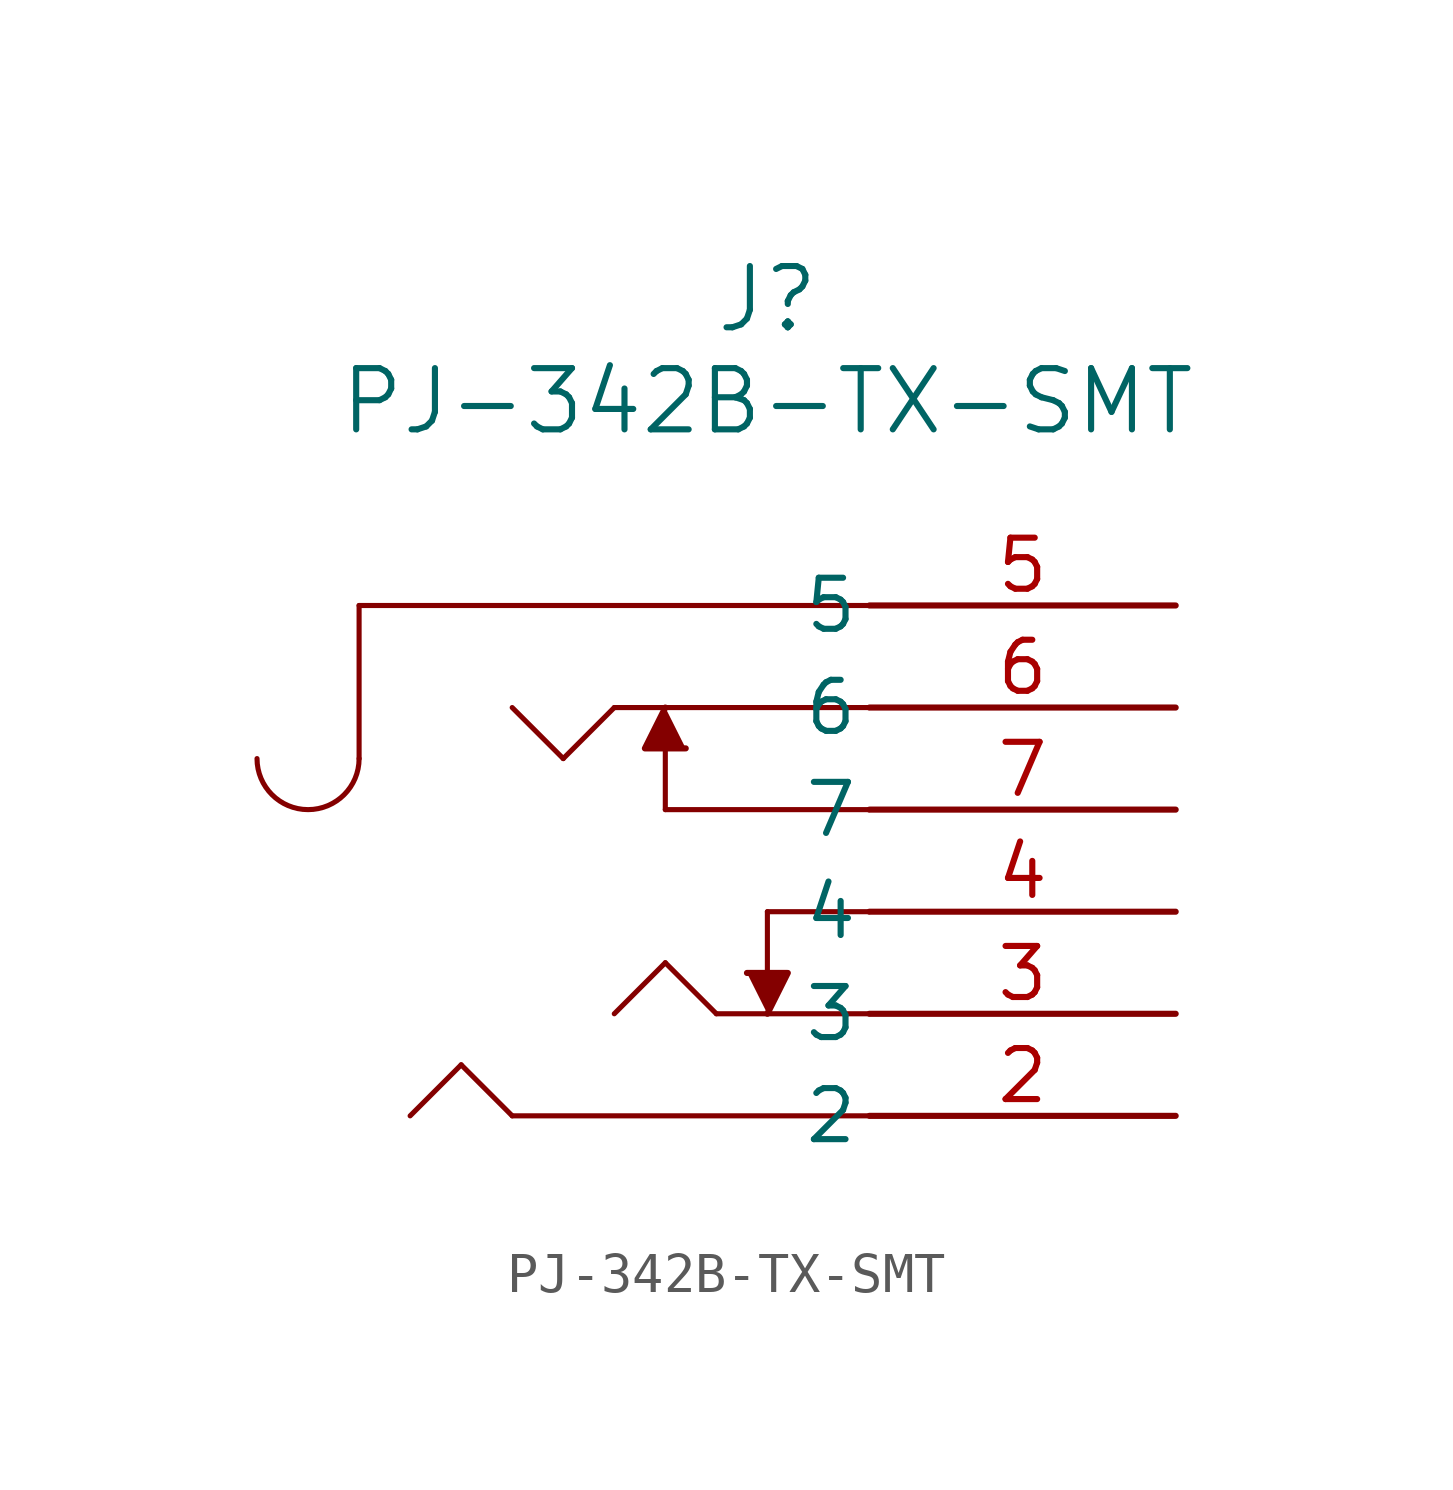
<source format=kicad_sym>
(kicad_symbol_lib
  (version 20211014)
  (generator kicad_symbol_editor)
  (symbol "PJ-342B-TX-SMT"
    (pin_names
      (offset 0.254))
    (property "Reference" "J"
      (at -10.16 7.62 0)
      (effects (font (size 1.524 1.524))))
    (property "Value" "PJ-342B-TX-SMT"
      (at -10.16 5.08 0)
      (effects (font (size 1.524 1.524))))
    (symbol "PJ-342B-TX-SMT_0_1"
      (polyline (pts (xy -7.62 0) (xy -20.32 0)) (stroke (width 0.127) (type default) (color 0 0 0 0)) (fill (type none)))
      (polyline (pts (xy -20.32 0) (xy -20.32 -3.81)) (stroke (width 0.127) (type default) (color 0 0 0 0)) (fill (type none)))
      (arc (start -22.86 -3.81) (mid -21.59 -5.08) (end -20.32 -3.81) (stroke (width 0.127) (type default) (color 0 0 0 0)) (fill (type none)))
      (polyline (pts (xy -7.62 -12.7) (xy -16.51 -12.7)) (stroke (width 0.127) (type default) (color 0 0 0 0)) (fill (type none)))
      (polyline (pts (xy -16.51 -12.7) (xy -17.78 -11.43)) (stroke (width 0.127) (type default) (color 0 0 0 0)) (fill (type none)))
      (polyline (pts (xy -17.78 -11.43) (xy -19.05 -12.7)) (stroke (width 0.127) (type default) (color 0 0 0 0)) (fill (type none)))
      (polyline (pts (xy -7.62 -2.54) (xy -13.97 -2.54)) (stroke (width 0.127) (type default) (color 0 0 0 0)) (fill (type none)))
      (polyline (pts (xy -13.97 -2.54) (xy -15.24 -3.81)) (stroke (width 0.127) (type default) (color 0 0 0 0)) (fill (type none)))
      (polyline (pts (xy -15.24 -3.81) (xy -16.51 -2.54)) (stroke (width 0.127) (type default) (color 0 0 0 0)) (fill (type none)))
      (polyline (pts (xy -7.62 -10.16) (xy -11.43 -10.16)) (stroke (width 0.127) (type default) (color 0 0 0 0)) (fill (type none)))
      (polyline (pts (xy -11.43 -10.16) (xy -12.7 -8.89)) (stroke (width 0.127) (type default) (color 0 0 0 0)) (fill (type none)))
      (polyline (pts (xy -12.7 -8.89) (xy -13.97 -10.16)) (stroke (width 0.127) (type default) (color 0 0 0 0)) (fill (type none)))
      (polyline (pts (xy -12.7 -3.556) (xy -12.7 -5.08)) (stroke (width 0.127) (type default) (color 0 0 0 0)) (fill (type none)))
      (polyline (pts (xy -12.7 -5.08) (xy -7.62 -5.08)) (stroke (width 0.127) (type default) (color 0 0 0 0)) (fill (type none)))
      (polyline (pts (xy -10.16 -7.62) (xy -7.62 -7.62)) (stroke (width 0.127) (type default) (color 0 0 0 0)) (fill (type none)))
      (polyline (pts (xy -12.7 -2.54) (xy -13.208 -3.556) (xy -12.192 -3.556)) (stroke (width 0) (type default) (color 0 0 0 0)) (fill (type outline)))
      (polyline (pts (xy -10.16 -9.144) (xy -10.16 -7.62)) (stroke (width 0.127) (type default) (color 0 0 0 0)) (fill (type none)))
      (polyline (pts (xy -10.16 -10.16) (xy -9.652 -9.144) (xy -10.668 -9.144)) (stroke (width 0) (type default) (color 0 0 0 0)) (fill (type outline)))
      (pin unspecified line (at 0 -12.7 180) (length 7.62) (name "2" (effects (font (size 1.27 1.27)))) (number "2" (effects (font (size 1.27 1.27)))))
      (pin unspecified line (at 0 -10.16 180) (length 7.62) (name "3" (effects (font (size 1.27 1.27)))) (number "3" (effects (font (size 1.27 1.27)))))
      (pin unspecified line (at 0 -7.62 180) (length 7.62) (name "4" (effects (font (size 1.27 1.27)))) (number "4" (effects (font (size 1.27 1.27)))))
      (pin unspecified line (at 0 0 180) (length 7.62) (name "5" (effects (font (size 1.27 1.27)))) (number "5" (effects (font (size 1.27 1.27)))))
      (pin unspecified line (at 0 -2.54 180) (length 7.62) (name "6" (effects (font (size 1.27 1.27)))) (number "6" (effects (font (size 1.27 1.27)))))
      (pin unspecified line (at 0 -5.08 180) (length 7.62) (name "7" (effects (font (size 1.27 1.27)))) (number "7" (effects (font (size 1.27 1.27))))))))
</source>
